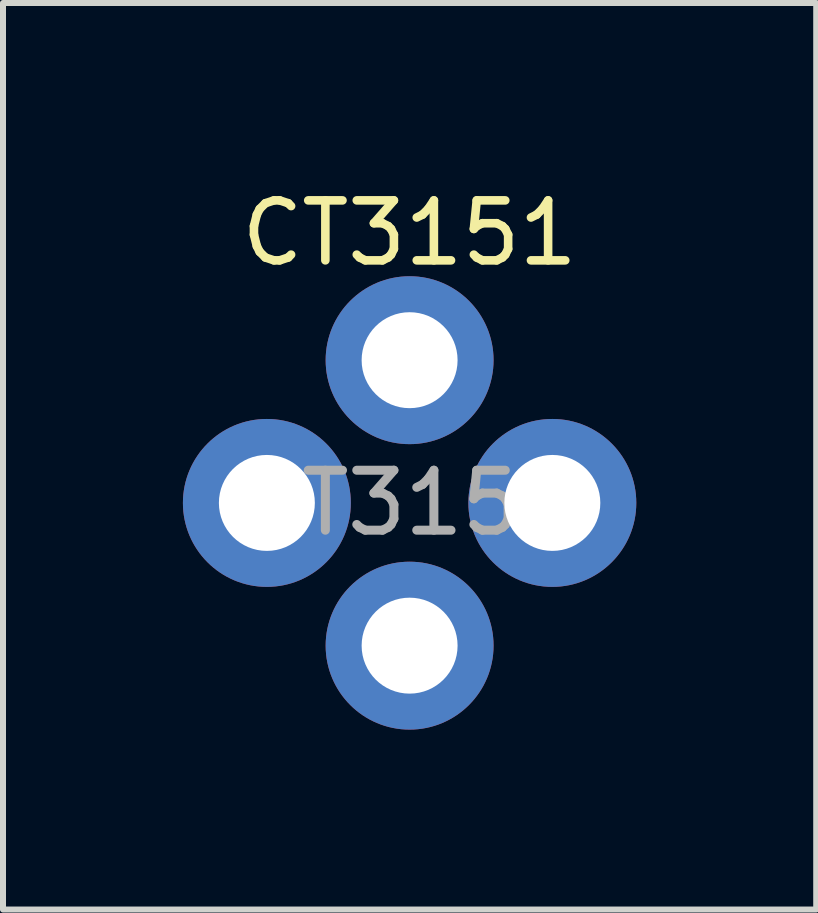
<source format=kicad_pcb>
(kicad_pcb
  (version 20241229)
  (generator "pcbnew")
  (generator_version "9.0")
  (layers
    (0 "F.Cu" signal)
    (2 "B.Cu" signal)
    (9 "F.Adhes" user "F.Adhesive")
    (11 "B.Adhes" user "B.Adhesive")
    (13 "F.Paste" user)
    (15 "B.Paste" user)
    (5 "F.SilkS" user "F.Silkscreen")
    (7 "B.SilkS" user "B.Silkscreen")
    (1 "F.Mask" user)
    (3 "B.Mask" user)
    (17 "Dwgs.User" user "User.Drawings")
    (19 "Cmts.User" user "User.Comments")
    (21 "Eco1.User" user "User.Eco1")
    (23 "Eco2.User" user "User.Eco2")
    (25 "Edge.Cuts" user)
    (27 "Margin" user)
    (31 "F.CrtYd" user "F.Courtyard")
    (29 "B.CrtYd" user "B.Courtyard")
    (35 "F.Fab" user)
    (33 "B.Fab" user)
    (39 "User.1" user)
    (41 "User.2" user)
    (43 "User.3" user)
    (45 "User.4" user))
  (footprint "CT3151"
    (layer "F.Cu")
    (at 3.78 5.336)
    (property "Reference" "CT3151" (at 0 -4.5 0) (unlocked yes) (layer "F.SilkS") (effects (font (size 1 1) (thickness 0.143))))
    (attr through_hole)
    (fp_text user "${REFERENCE}" (at 0 0 0) (unlocked yes) (layer "F.Fab") (effects (font (size 1 1) (thickness 0.15))))
    (pad "1" thru_hole circle (at -2.38 0) (size 2.8 2.8) (drill 1.6) (layers "*.Cu" "*.Mask"))
    (pad "1" thru_hole circle (at 0 -2.38) (size 2.8 2.8) (drill 1.6) (layers "*.Cu" "*.Mask"))
    (pad "1" thru_hole circle (at 0 2.38) (size 2.8 2.8) (drill 1.6) (layers "*.Cu" "*.Mask"))
    (pad "1" thru_hole circle (at 2.38 0) (size 2.8 2.8) (drill 1.6) (layers "*.Cu" "*.Mask")))
  (gr_rect
    (start -3 -3)
    (end 10.56 12.116)
    (stroke (width 0.1) (type default))
    (fill no)
    (layer "Edge.Cuts")))
</source>
